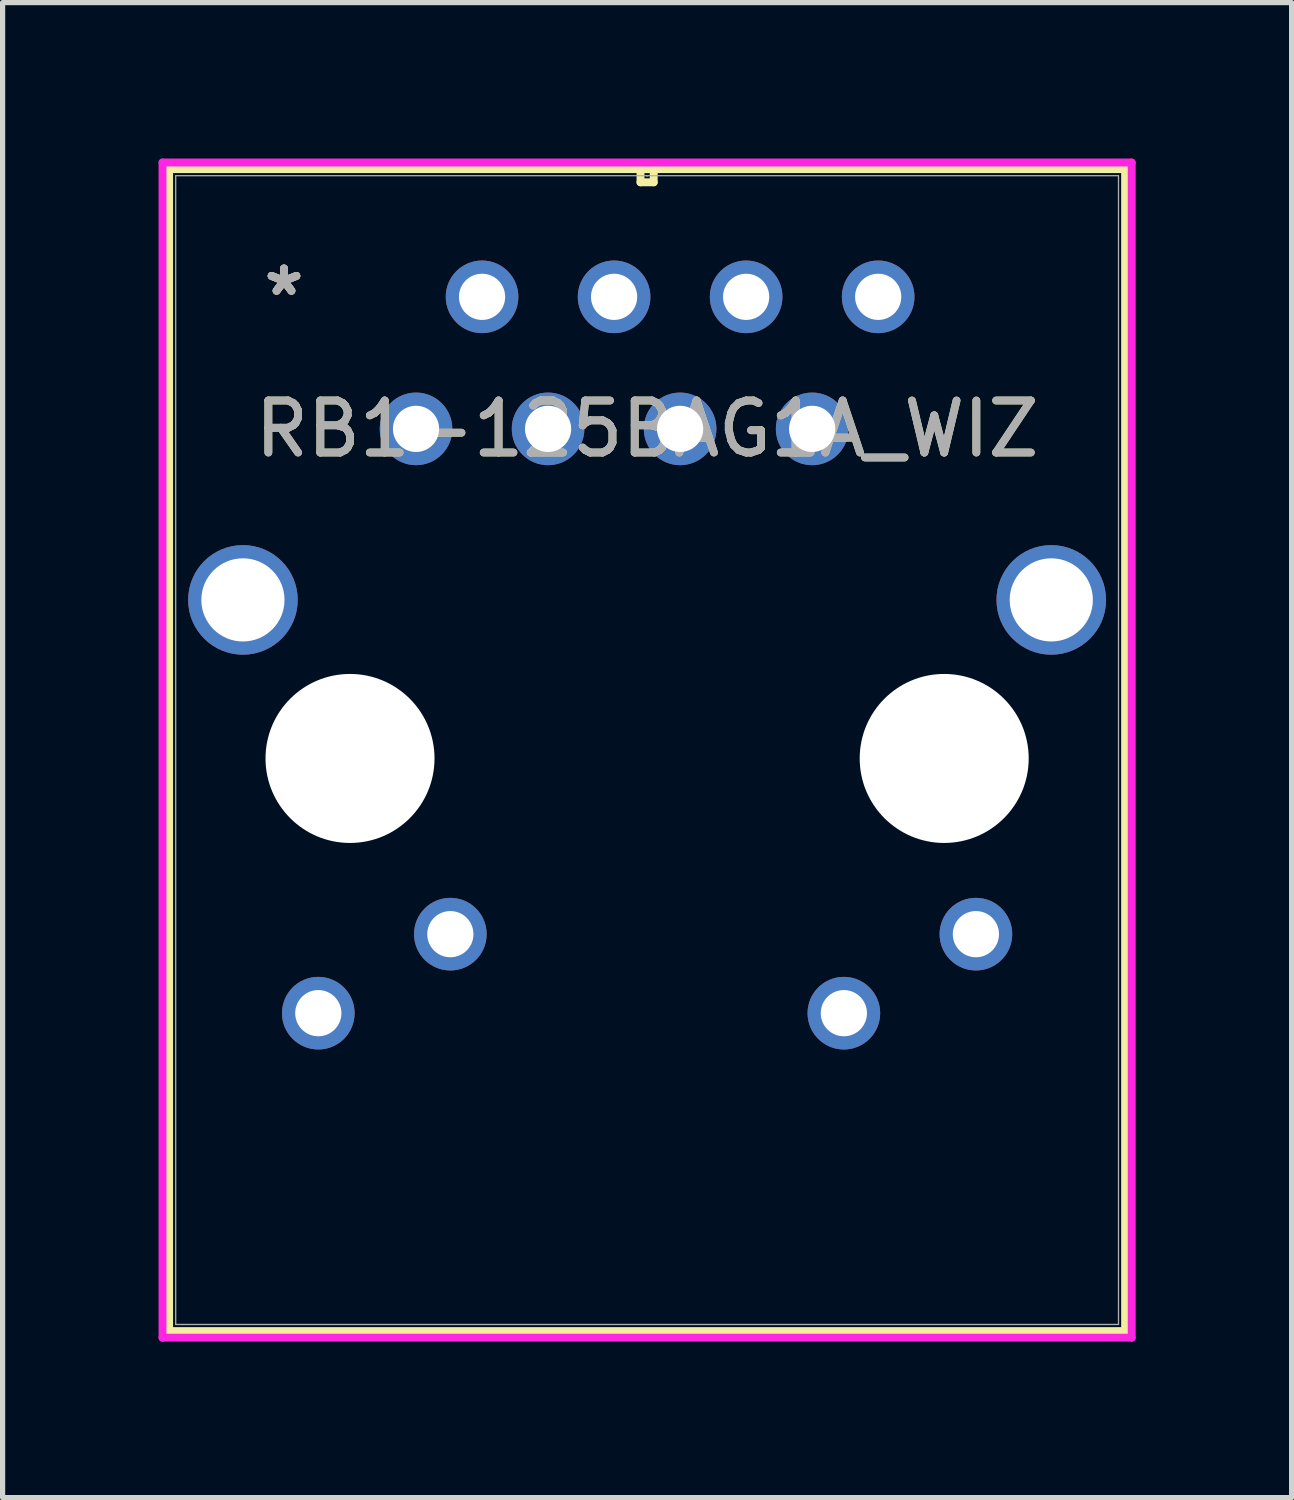
<source format=kicad_pcb>
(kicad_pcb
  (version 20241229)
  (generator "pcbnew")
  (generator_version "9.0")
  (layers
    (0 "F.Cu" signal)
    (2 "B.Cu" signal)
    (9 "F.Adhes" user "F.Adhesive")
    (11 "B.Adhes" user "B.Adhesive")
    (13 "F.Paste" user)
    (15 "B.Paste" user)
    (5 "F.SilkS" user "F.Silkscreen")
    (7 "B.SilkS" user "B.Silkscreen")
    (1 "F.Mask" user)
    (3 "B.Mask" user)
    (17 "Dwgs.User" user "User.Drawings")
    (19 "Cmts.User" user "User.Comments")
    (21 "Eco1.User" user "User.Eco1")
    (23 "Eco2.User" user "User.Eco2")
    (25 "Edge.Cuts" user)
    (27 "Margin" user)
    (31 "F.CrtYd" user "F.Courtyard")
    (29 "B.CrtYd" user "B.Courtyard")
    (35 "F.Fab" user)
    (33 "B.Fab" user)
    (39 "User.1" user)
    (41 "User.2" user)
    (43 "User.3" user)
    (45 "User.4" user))
  (footprint "RB1-125BAG1A_WIZ"
    (layer "F.Cu")
    (at 4.953 2.66)
    (property "Reference" "RB1-125BAG1A_WIZ" (at 4.445 2.54 0) (unlocked yes) (layer "F.SilkS") (effects (font (size 1 1) (thickness 0.15))))
    (attr through_hole)
    (fp_line (start -4.75 -2.457) (end -4.75 19.895) (stroke (width 0.152) (type solid)) (layer "F.SilkS"))
    (fp_line (start -4.75 19.895) (end 13.64 19.895) (stroke (width 0.152) (type solid)) (layer "F.SilkS"))
    (fp_line (start 4.318 -2.457) (end 4.318 -2.203) (stroke (width 0.152) (type solid)) (layer "F.SilkS"))
    (fp_line (start 4.318 -2.203) (end 4.572 -2.203) (stroke (width 0.152) (type solid)) (layer "F.SilkS"))
    (fp_line (start 4.572 -2.457) (end 4.318 -2.457) (stroke (width 0.152) (type solid)) (layer "F.SilkS"))
    (fp_line (start 4.572 -2.203) (end 4.572 -2.457) (stroke (width 0.152) (type solid)) (layer "F.SilkS"))
    (fp_line (start 13.64 -2.457) (end -4.75 -2.457) (stroke (width 0.152) (type solid)) (layer "F.SilkS"))
    (fp_line (start 13.64 19.895) (end 13.64 -2.457) (stroke (width 0.152) (type solid)) (layer "F.SilkS"))
    (fp_line (start -4.877 -2.584) (end -4.877 20.022) (stroke (width 0.152) (type solid)) (layer "F.CrtYd"))
    (fp_line (start -4.877 20.022) (end 13.767 20.022) (stroke (width 0.152) (type solid)) (layer "F.CrtYd"))
    (fp_line (start 13.767 -2.584) (end -4.877 -2.584) (stroke (width 0.152) (type solid)) (layer "F.CrtYd"))
    (fp_line (start 13.767 20.022) (end 13.767 -2.584) (stroke (width 0.152) (type solid)) (layer "F.CrtYd"))
    (fp_line (start -4.623 -2.33) (end -4.623 19.768) (stroke (width 0.025) (type solid)) (layer "F.Fab"))
    (fp_line (start -4.623 19.768) (end 13.513 19.768) (stroke (width 0.025) (type solid)) (layer "F.Fab"))
    (fp_line (start 4.445 -2.33) (end 4.445 -2.33) (stroke (width 0.025) (type solid)) (layer "F.Fab"))
    (fp_line (start 4.445 -2.33) (end 4.445 -2.33) (stroke (width 0.025) (type solid)) (layer "F.Fab"))
    (fp_line (start 4.445 -2.33) (end 4.445 -2.33) (stroke (width 0.025) (type solid)) (layer "F.Fab"))
    (fp_line (start 4.445 -2.33) (end 4.445 -2.33) (stroke (width 0.025) (type solid)) (layer "F.Fab"))
    (fp_line (start 13.513 -2.33) (end -4.623 -2.33) (stroke (width 0.025) (type solid)) (layer "F.Fab"))
    (fp_line (start 13.513 19.768) (end 13.513 -2.33) (stroke (width 0.025) (type solid)) (layer "F.Fab"))
    (fp_text user "*" (at -2.54 0 0) (unlocked yes) (layer "F.SilkS") (effects (font (size 1 1) (thickness 0.15))))
    (fp_text user "*" (at -2.54 0 0) (layer "F.SilkS") (effects (font (size 1 1) (thickness 0.15))))
    (fp_text user "*" (at -2.54 0 0) (layer "F.Fab") (effects (font (size 1 1) (thickness 0.15))))
    (fp_text user "*" (at -2.54 0 0) (unlocked yes) (layer "F.Fab") (effects (font (size 1 1) (thickness 0.15))))
    (fp_text user "${REFERENCE}" (at 4.445 2.54 0) (unlocked yes) (layer "F.Fab") (effects (font (size 1 1) (thickness 0.15))))
    (pad "" np_thru_hole circle (at -1.27 8.88) (size 3.251 3.251) (drill 3.251) (layers "*.Cu" "*.Mask"))
    (pad "" np_thru_hole circle (at 10.16 8.88) (size 3.251 3.251) (drill 3.251) (layers "*.Cu" "*.Mask"))
    (pad "1" thru_hole circle (at 0 2.54) (size 1.397 1.397) (drill 0.889) (layers "*.Cu" "*.Mask"))
    (pad "2" thru_hole circle (at 1.27 0) (size 1.397 1.397) (drill 0.889) (layers "*.Cu" "*.Mask"))
    (pad "3" thru_hole circle (at 2.54 2.54) (size 1.397 1.397) (drill 0.889) (layers "*.Cu" "*.Mask"))
    (pad "4" thru_hole circle (at 3.81 0) (size 1.397 1.397) (drill 0.889) (layers "*.Cu" "*.Mask"))
    (pad "5" thru_hole circle (at 5.08 2.54) (size 1.397 1.397) (drill 0.889) (layers "*.Cu" "*.Mask"))
    (pad "6" thru_hole circle (at 6.35 0) (size 1.397 1.397) (drill 0.889) (layers "*.Cu" "*.Mask"))
    (pad "7" thru_hole circle (at 7.62 2.54) (size 1.397 1.397) (drill 0.889) (layers "*.Cu" "*.Mask"))
    (pad "8" thru_hole circle (at 8.89 0) (size 1.397 1.397) (drill 0.889) (layers "*.Cu" "*.Mask"))
    (pad "9" thru_hole circle (at 8.23 13.78) (size 1.397 1.397) (drill 0.889) (layers "*.Cu" "*.Mask"))
    (pad "10" thru_hole circle (at 10.77 12.26) (size 1.397 1.397) (drill 0.889) (layers "*.Cu" "*.Mask"))
    (pad "11" thru_hole circle (at 0.66 12.26) (size 1.397 1.397) (drill 0.889) (layers "*.Cu" "*.Mask"))
    (pad "12" thru_hole circle (at -1.88 13.78) (size 1.397 1.397) (drill 0.889) (layers "*.Cu" "*.Mask"))
    (pad "15" thru_hole circle (at -3.33 5.83) (size 2.108 2.108) (drill 1.6) (layers "*.Cu" "*.Mask"))
    (pad "16" thru_hole circle (at 12.22 5.83) (size 2.108 2.108) (drill 1.6) (layers "*.Cu" "*.Mask")))
  (gr_rect
    (start -3 -3)
    (end 21.796 25.758)
    (stroke (width 0.1) (type default))
    (fill no)
    (layer "Edge.Cuts")))
</source>
